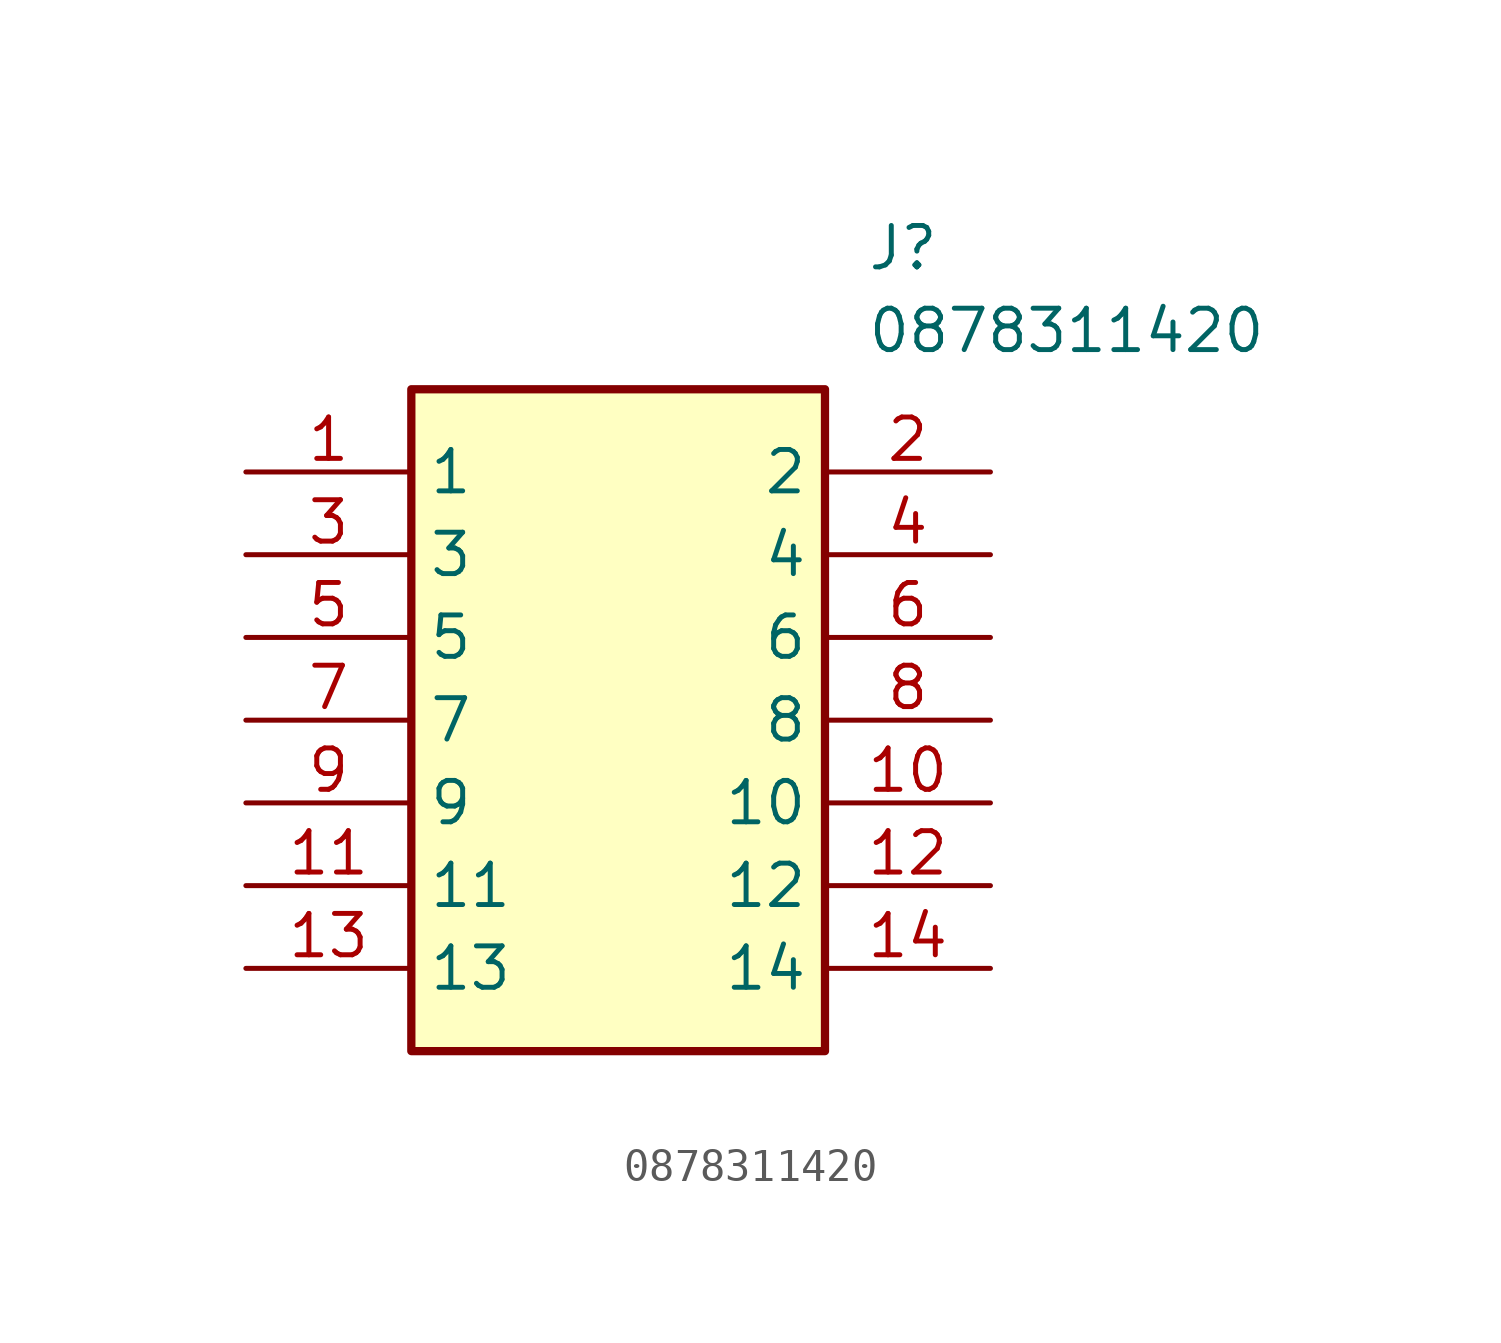
<source format=kicad_sym>
(kicad_symbol_lib
  (version 20211014)
  (generator SamacSys_ECAD_Model)
  (symbol "0878311420"
    (property "Reference" "J"
      (at 19.05 7.62 0)
      (effects (font (size 1.27 1.27)) (justify left top)))
    (property "Value" "0878311420"
      (at 19.05 5.08 0)
      (effects (font (size 1.27 1.27)) (justify left top)))
    (rectangle
      (start 5.08 2.54)
      (end 17.78 -17.78)
      (stroke (width 0.254) (type default))
      (fill (type background)))
    (pin passive line
      (at 0 0 0)
      (length 5.08)
      (name "1" (effects (font (size 1.27 1.27))))
      (number "1" (effects (font (size 1.27 1.27)))))
    (pin passive line
      (at 22.86 0 180)
      (length 5.08)
      (name "2" (effects (font (size 1.27 1.27))))
      (number "2" (effects (font (size 1.27 1.27)))))
    (pin passive line
      (at 0 -2.54 0)
      (length 5.08)
      (name "3" (effects (font (size 1.27 1.27))))
      (number "3" (effects (font (size 1.27 1.27)))))
    (pin passive line
      (at 22.86 -2.54 180)
      (length 5.08)
      (name "4" (effects (font (size 1.27 1.27))))
      (number "4" (effects (font (size 1.27 1.27)))))
    (pin passive line
      (at 0 -5.08 0)
      (length 5.08)
      (name "5" (effects (font (size 1.27 1.27))))
      (number "5" (effects (font (size 1.27 1.27)))))
    (pin passive line
      (at 22.86 -5.08 180)
      (length 5.08)
      (name "6" (effects (font (size 1.27 1.27))))
      (number "6" (effects (font (size 1.27 1.27)))))
    (pin passive line
      (at 0 -7.62 0)
      (length 5.08)
      (name "7" (effects (font (size 1.27 1.27))))
      (number "7" (effects (font (size 1.27 1.27)))))
    (pin passive line
      (at 22.86 -7.62 180)
      (length 5.08)
      (name "8" (effects (font (size 1.27 1.27))))
      (number "8" (effects (font (size 1.27 1.27)))))
    (pin passive line
      (at 0 -10.16 0)
      (length 5.08)
      (name "9" (effects (font (size 1.27 1.27))))
      (number "9" (effects (font (size 1.27 1.27)))))
    (pin passive line
      (at 22.86 -10.16 180)
      (length 5.08)
      (name "10" (effects (font (size 1.27 1.27))))
      (number "10" (effects (font (size 1.27 1.27)))))
    (pin passive line
      (at 0 -12.7 0)
      (length 5.08)
      (name "11" (effects (font (size 1.27 1.27))))
      (number "11" (effects (font (size 1.27 1.27)))))
    (pin passive line
      (at 22.86 -12.7 180)
      (length 5.08)
      (name "12" (effects (font (size 1.27 1.27))))
      (number "12" (effects (font (size 1.27 1.27)))))
    (pin passive line
      (at 0 -15.24 0)
      (length 5.08)
      (name "13" (effects (font (size 1.27 1.27))))
      (number "13" (effects (font (size 1.27 1.27)))))
    (pin passive line
      (at 22.86 -15.24 180)
      (length 5.08)
      (name "14" (effects (font (size 1.27 1.27))))
      (number "14" (effects (font (size 1.27 1.27)))))))
</source>
